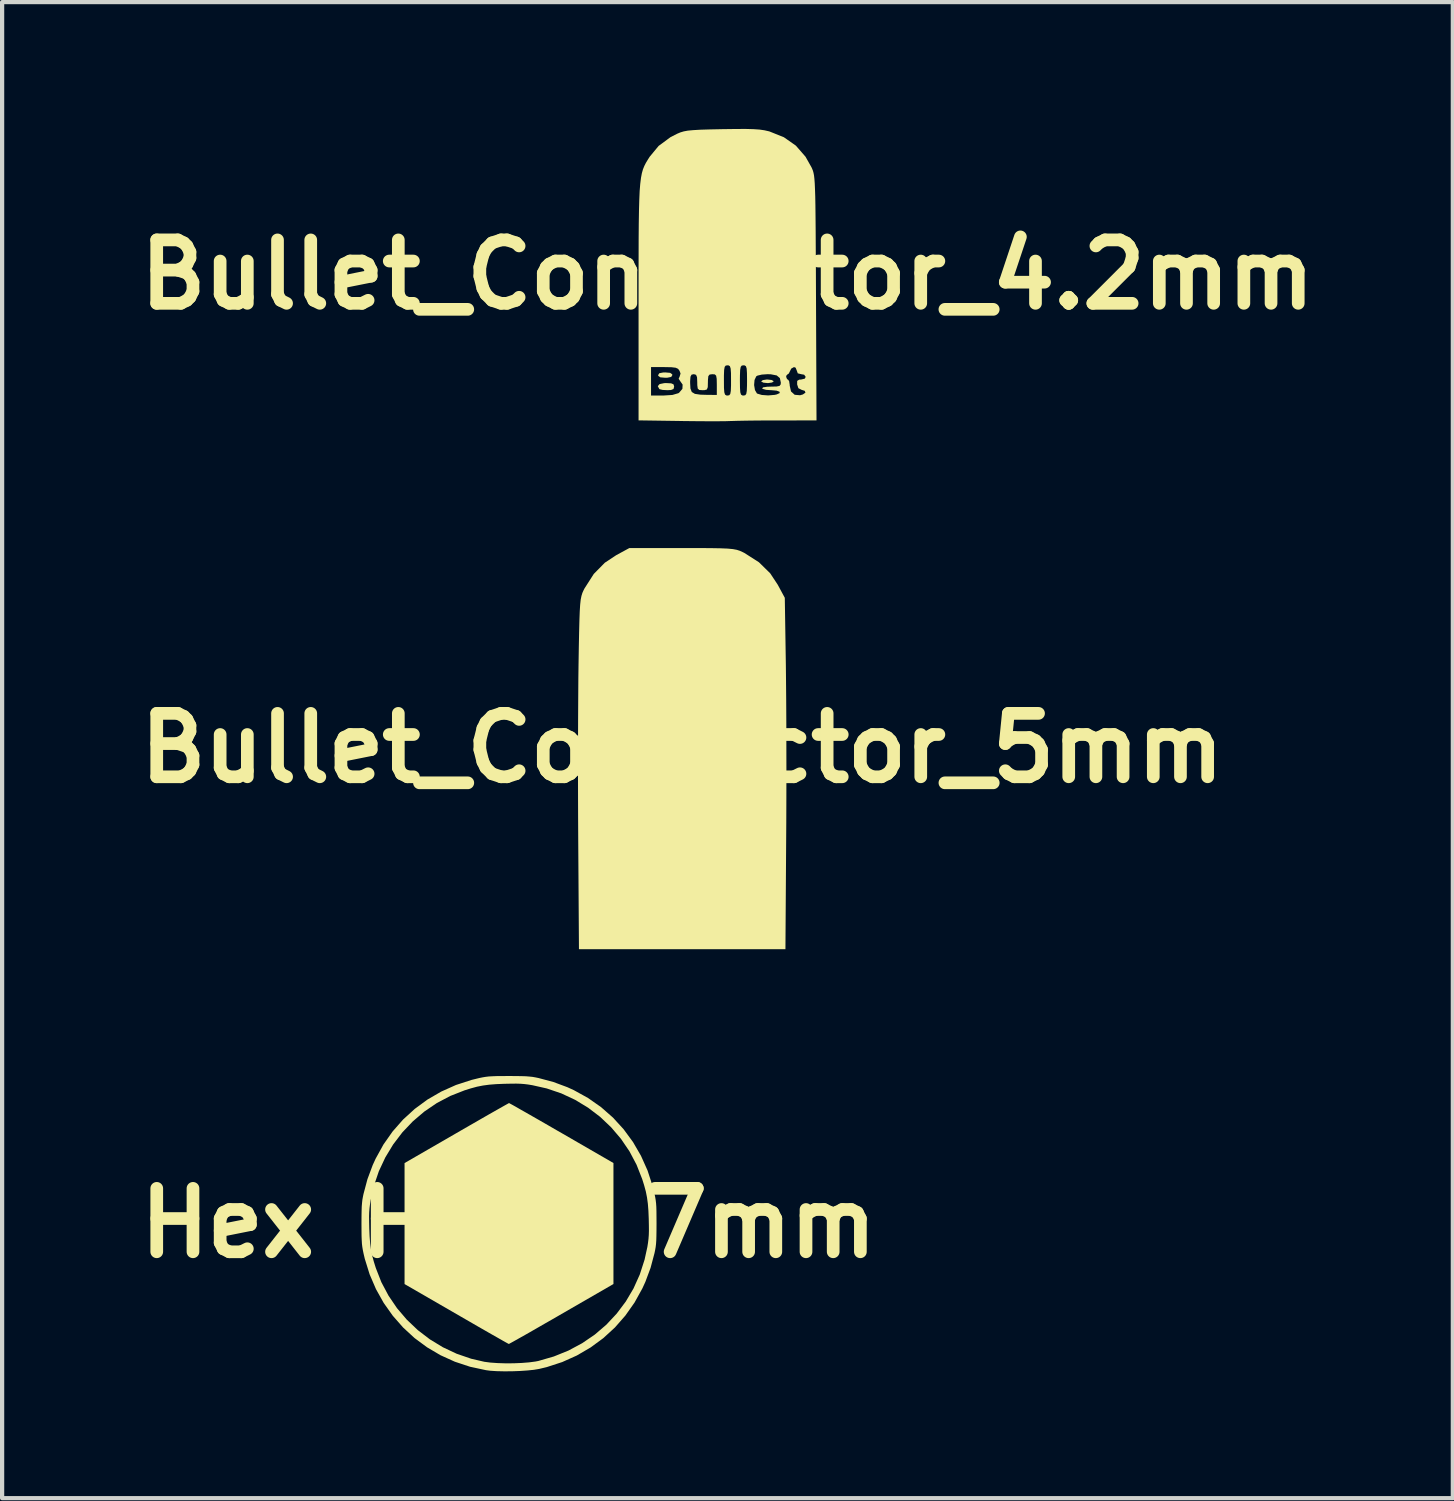
<source format=kicad_pcb>
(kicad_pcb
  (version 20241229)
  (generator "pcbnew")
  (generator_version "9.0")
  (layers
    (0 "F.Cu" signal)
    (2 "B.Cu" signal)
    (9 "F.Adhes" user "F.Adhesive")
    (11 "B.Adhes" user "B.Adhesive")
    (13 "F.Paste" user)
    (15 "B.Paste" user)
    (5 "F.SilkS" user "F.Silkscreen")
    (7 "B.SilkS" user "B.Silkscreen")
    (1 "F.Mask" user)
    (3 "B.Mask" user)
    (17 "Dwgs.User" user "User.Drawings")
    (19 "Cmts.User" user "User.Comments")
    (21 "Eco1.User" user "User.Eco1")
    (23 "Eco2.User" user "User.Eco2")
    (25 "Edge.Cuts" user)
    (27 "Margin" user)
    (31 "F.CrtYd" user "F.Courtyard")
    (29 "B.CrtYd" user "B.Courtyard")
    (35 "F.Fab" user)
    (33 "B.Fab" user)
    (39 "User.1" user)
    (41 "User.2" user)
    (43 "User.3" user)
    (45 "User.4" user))
  (footprint "Hex Head 7mm"
    (layer "F.Cu")
    (at 8.979 25.88)
    (property "Reference" "Hex Head 7mm" (at 0 0 0) (layer "F.SilkS") (effects (font (size 1.5 1.5) (thickness 0.3))))
    (attr board_only exclude_from_pos_files exclude_from_bom)
    (fp_poly (pts (xy 0.032 -2.828) (xy 0.086 -2.799) (xy 0.17 -2.752) (xy 0.281 -2.688) (xy 0.417 -2.611) (xy 0.574 -2.521) (xy 0.749 -2.421) (xy 0.94 -2.311) (xy 1.142 -2.194) (xy 1.254 -2.13) (xy 2.481 -1.421) (xy 2.481 0.01) (xy 2.481 1.441) (xy 1.253 2.15) (xy 1.044 2.271) (xy 0.846 2.384) (xy 0.662 2.49) (xy 0.495 2.586) (xy 0.347 2.67) (xy 0.222 2.74) (xy 0.123 2.796) (xy 0.052 2.835) (xy 0.013 2.856) (xy 0.007 2.859) (xy -0.014 2.849) (xy -0.068 2.819) (xy -0.152 2.772) (xy -0.264 2.708) (xy -0.4 2.631) (xy -0.557 2.541) (xy -0.733 2.44) (xy -0.923 2.33) (xy -1.126 2.213) (xy -1.235 2.15) (xy -2.46 1.442) (xy -2.46 0.011) (xy -2.46 -1.42) (xy -1.232 -2.129) (xy -1.023 -2.25) (xy -0.826 -2.363) (xy -0.642 -2.469) (xy -0.475 -2.565) (xy -0.327 -2.649) (xy -0.202 -2.72) (xy -0.103 -2.776) (xy -0.033 -2.815) (xy 0.005 -2.836) (xy 0.012 -2.839)) (stroke (width 0) (type solid)) (fill yes) (layer "F.SilkS"))
    (fp_poly (pts (xy 0.011 -3.479) (xy 0.175 -3.478) (xy 0.305 -3.476) (xy 0.409 -3.473) (xy 0.494 -3.466) (xy 0.57 -3.458) (xy 0.643 -3.445) (xy 0.71 -3.431) (xy 1.059 -3.338) (xy 1.392 -3.214) (xy 1.545 -3.144) (xy 1.88 -2.959) (xy 2.189 -2.742) (xy 2.47 -2.495) (xy 2.722 -2.219) (xy 2.943 -1.918) (xy 3.132 -1.592) (xy 3.288 -1.243) (xy 3.408 -0.874) (xy 3.452 -0.694) (xy 3.468 -0.616) (xy 3.48 -0.544) (xy 3.489 -0.47) (xy 3.495 -0.385) (xy 3.498 -0.283) (xy 3.499 -0.155) (xy 3.5 0.008) (xy 3.5 0.011) (xy 3.499 0.175) (xy 3.497 0.305) (xy 3.494 0.409) (xy 3.488 0.494) (xy 3.479 0.57) (xy 3.466 0.643) (xy 3.452 0.71) (xy 3.359 1.059) (xy 3.235 1.392) (xy 3.165 1.545) (xy 2.98 1.879) (xy 2.763 2.187) (xy 2.516 2.469) (xy 2.241 2.721) (xy 1.94 2.942) (xy 1.615 3.132) (xy 1.269 3.287) (xy 0.904 3.406) (xy 0.725 3.449) (xy 0.6 3.47) (xy 0.444 3.486) (xy 0.267 3.498) (xy 0.08 3.505) (xy -0.107 3.506) (xy -0.282 3.502) (xy -0.435 3.492) (xy -0.533 3.479) (xy -0.91 3.398) (xy -1.27 3.279) (xy -1.61 3.125) (xy -1.929 2.937) (xy -2.225 2.718) (xy -2.495 2.469) (xy -2.738 2.192) (xy -2.953 1.889) (xy -3.136 1.562) (xy -3.286 1.213) (xy -3.401 0.843) (xy -3.431 0.715) (xy -3.447 0.637) (xy -3.459 0.565) (xy -3.468 0.491) (xy -3.473 0.406) (xy -3.477 0.304) (xy -3.478 0.176) (xy -3.479 0.013) (xy -3.479 0.011) (xy -3.478 -0.154) (xy -3.478 -0.162) (xy -3.299 -0.162) (xy -3.298 -0.042) (xy -3.295 0.109) (xy -3.295 0.116) (xy -3.287 0.312) (xy -3.274 0.478) (xy -3.254 0.626) (xy -3.226 0.768) (xy -3.186 0.915) (xy -3.14 1.062) (xy -3.008 1.399) (xy -2.839 1.717) (xy -2.638 2.013) (xy -2.406 2.285) (xy -2.146 2.532) (xy -1.862 2.749) (xy -1.555 2.936) (xy -1.228 3.09) (xy -0.885 3.208) (xy -0.575 3.28) (xy -0.432 3.299) (xy -0.261 3.311) (xy -0.073 3.317) (xy 0.121 3.316) (xy 0.312 3.308) (xy 0.487 3.294) (xy 0.638 3.274) (xy 0.704 3.261) (xy 1.071 3.155) (xy 1.417 3.015) (xy 1.741 2.841) (xy 2.04 2.637) (xy 2.313 2.403) (xy 2.557 2.142) (xy 2.772 1.856) (xy 2.955 1.547) (xy 3.104 1.216) (xy 3.217 0.866) (xy 3.283 0.565) (xy 3.299 0.463) (xy 3.31 0.372) (xy 3.317 0.282) (xy 3.32 0.183) (xy 3.319 0.063) (xy 3.316 -0.088) (xy 3.316 -0.095) (xy 3.308 -0.291) (xy 3.295 -0.457) (xy 3.275 -0.605) (xy 3.247 -0.747) (xy 3.207 -0.894) (xy 3.161 -1.041) (xy 3.028 -1.379) (xy 2.86 -1.697) (xy 2.658 -1.994) (xy 2.426 -2.266) (xy 2.167 -2.512) (xy 1.882 -2.729) (xy 1.575 -2.915) (xy 1.248 -3.068) (xy 0.903 -3.185) (xy 0.565 -3.261) (xy 0.463 -3.278) (xy 0.372 -3.289) (xy 0.282 -3.296) (xy 0.183 -3.299) (xy 0.063 -3.298) (xy -0.088 -3.295) (xy -0.095 -3.295) (xy -0.291 -3.287) (xy -0.457 -3.274) (xy -0.605 -3.254) (xy -0.747 -3.226) (xy -0.894 -3.186) (xy -1.041 -3.14) (xy -1.379 -3.007) (xy -1.697 -2.839) (xy -1.994 -2.637) (xy -2.266 -2.405) (xy -2.512 -2.146) (xy -2.729 -1.861) (xy -2.915 -1.554) (xy -3.068 -1.227) (xy -3.185 -0.882) (xy -3.261 -0.544) (xy -3.278 -0.442) (xy -3.289 -0.351) (xy -3.296 -0.261) (xy -3.299 -0.162) (xy -3.478 -0.162) (xy -3.476 -0.284) (xy -3.473 -0.388) (xy -3.466 -0.473) (xy -3.458 -0.549) (xy -3.445 -0.622) (xy -3.431 -0.689) (xy -3.338 -1.038) (xy -3.214 -1.371) (xy -3.144 -1.524) (xy -2.959 -1.859) (xy -2.742 -2.168) (xy -2.495 -2.449) (xy -2.219 -2.701) (xy -1.918 -2.922) (xy -1.592 -3.111) (xy -1.243 -3.267) (xy -0.874 -3.387) (xy -0.694 -3.431) (xy -0.616 -3.447) (xy -0.544 -3.459) (xy -0.47 -3.468) (xy -0.385 -3.473) (xy -0.283 -3.477) (xy -0.155 -3.478) (xy 0.008 -3.479)) (stroke (width 0) (type solid)) (fill yes) (layer "F.SilkS")))
  (footprint "Bullet_Connector_4.2mm"
    (layer "F.Cu")
    (at 14.157 3.446)
    (property "Reference" "Bullet_Connector_4.2mm" (at 0 0 0) (layer "F.SilkS") (effects (font (size 1.5 1.5) (thickness 0.3))))
    (attr board_only exclude_from_pos_files exclude_from_bom)
    (fp_poly (pts (xy -1.355 2.323) (xy -1.307 2.358) (xy -1.304 2.376) (xy -1.331 2.42) (xy -1.423 2.438) (xy -1.472 2.439) (xy -1.589 2.429) (xy -1.637 2.394) (xy -1.64 2.376) (xy -1.612 2.332) (xy -1.52 2.314) (xy -1.472 2.313)) (stroke (width 0) (type solid)) (fill yes) (layer "F.SilkS"))
    (fp_poly (pts (xy 1.043 2.492) (xy 1.092 2.518) (xy 1.093 2.523) (xy 1.056 2.551) (xy 0.966 2.565) (xy 0.946 2.565) (xy 0.849 2.555) (xy 0.8 2.529) (xy 0.799 2.523) (xy 0.836 2.495) (xy 0.927 2.481) (xy 0.946 2.481)) (stroke (width 0) (type solid)) (fill yes) (layer "F.SilkS"))
    (fp_poly (pts (xy -1.333 2.571) (xy -1.277 2.594) (xy -1.262 2.643) (xy -1.262 2.649) (xy -1.276 2.705) (xy -1.336 2.729) (xy -1.423 2.733) (xy -1.534 2.727) (xy -1.605 2.71) (xy -1.612 2.705) (xy -1.648 2.638) (xy -1.606 2.589) (xy -1.494 2.566) (xy -1.451 2.565)) (stroke (width 0) (type solid)) (fill yes) (layer "F.SilkS"))
    (fp_poly (pts (xy 0.617 -3.441) (xy 0.761 -3.431) (xy 0.876 -3.414) (xy 0.977 -3.391) (xy 0.995 -3.386) (xy 1.334 -3.25) (xy 1.618 -3.051) (xy 1.846 -2.789) (xy 1.988 -2.537) (xy 2.006 -2.496) (xy 2.022 -2.456) (xy 2.035 -2.408) (xy 2.047 -2.347) (xy 2.056 -2.267) (xy 2.064 -2.162) (xy 2.07 -2.025) (xy 2.076 -1.85) (xy 2.08 -1.63) (xy 2.083 -1.36) (xy 2.086 -1.033) (xy 2.088 -0.643) (xy 2.091 -0.184) (xy 2.093 0.351) (xy 2.094 0.557) (xy 2.106 3.448) (xy 1.232 3.449) (xy 0.948 3.449) (xy 0.675 3.451) (xy 0.429 3.454) (xy 0.23 3.458) (xy 0.094 3.462) (xy 0.084 3.462) (xy -0.039 3.466) (xy -0.23 3.468) (xy -0.471 3.468) (xy -0.746 3.466) (xy -1.039 3.463) (xy -1.146 3.461) (xy -2.103 3.447) (xy -2.103 2.523) (xy -1.808 2.523) (xy -1.808 2.86) (xy -1.523 2.86) (xy -1.303 2.846) (xy -1.163 2.805) (xy -1.145 2.794) (xy -1.066 2.702) (xy -1.061 2.6) (xy -1.087 2.563) (xy -0.883 2.563) (xy -0.876 2.694) (xy -0.844 2.776) (xy -0.771 2.82) (xy -0.642 2.839) (xy -0.507 2.843) (xy -0.252 2.846) (xy -0.252 2.601) (xy -0.254 2.502) (xy -0.084 2.502) (xy -0.083 2.676) (xy -0.075 2.782) (xy -0.058 2.837) (xy -0.028 2.857) (xy 0 2.86) (xy 0.041 2.853) (xy 0.066 2.822) (xy 0.079 2.75) (xy 0.084 2.622) (xy 0.084 2.502) (xy 0.294 2.502) (xy 0.296 2.676) (xy 0.303 2.782) (xy 0.32 2.837) (xy 0.35 2.857) (xy 0.378 2.86) (xy 0.419 2.853) (xy 0.444 2.822) (xy 0.457 2.75) (xy 0.462 2.622) (xy 0.462 2.612) (xy 0.63 2.612) (xy 0.65 2.73) (xy 0.696 2.809) (xy 0.704 2.814) (xy 0.812 2.846) (xy 0.962 2.857) (xy 1.117 2.844) (xy 1.166 2.833) (xy 1.236 2.801) (xy 1.231 2.769) (xy 1.162 2.744) (xy 1.039 2.733) (xy 1.03 2.733) (xy 0.912 2.725) (xy 0.833 2.702) (xy 0.82 2.691) (xy 0.842 2.666) (xy 0.937 2.652) (xy 1.028 2.649) (xy 1.161 2.646) (xy 1.231 2.632) (xy 1.258 2.597) (xy 1.262 2.553) (xy 1.239 2.447) (xy 1.205 2.418) (xy 1.388 2.418) (xy 1.41 2.474) (xy 1.43 2.481) (xy 1.458 2.518) (xy 1.472 2.609) (xy 1.472 2.626) (xy 1.503 2.763) (xy 1.59 2.842) (xy 1.717 2.853) (xy 1.784 2.834) (xy 1.845 2.791) (xy 1.827 2.748) (xy 1.756 2.726) (xy 1.677 2.686) (xy 1.648 2.597) (xy 1.649 2.513) (xy 1.696 2.484) (xy 1.742 2.481) (xy 1.829 2.46) (xy 1.85 2.418) (xy 1.814 2.367) (xy 1.745 2.355) (xy 1.663 2.335) (xy 1.64 2.271) (xy 1.612 2.201) (xy 1.573 2.187) (xy 1.509 2.222) (xy 1.484 2.271) (xy 1.451 2.339) (xy 1.425 2.355) (xy 1.392 2.389) (xy 1.388 2.418) (xy 1.205 2.418) (xy 1.164 2.384) (xy 1.024 2.357) (xy 0.946 2.355) (xy 0.813 2.364) (xy 0.711 2.388) (xy 0.681 2.405) (xy 0.64 2.492) (xy 0.63 2.612) (xy 0.462 2.612) (xy 0.463 2.502) (xy 0.461 2.328) (xy 0.454 2.222) (xy 0.437 2.167) (xy 0.407 2.147) (xy 0.378 2.145) (xy 0.338 2.151) (xy 0.313 2.182) (xy 0.3 2.254) (xy 0.295 2.383) (xy 0.294 2.502) (xy 0.084 2.502) (xy 0.083 2.328) (xy 0.075 2.222) (xy 0.058 2.167) (xy 0.028 2.147) (xy 0 2.145) (xy -0.041 2.151) (xy -0.066 2.182) (xy -0.079 2.254) (xy -0.084 2.383) (xy -0.084 2.502) (xy -0.254 2.502) (xy -0.255 2.463) (xy -0.268 2.39) (xy -0.299 2.36) (xy -0.357 2.355) (xy -0.422 2.363) (xy -0.453 2.401) (xy -0.462 2.493) (xy -0.463 2.544) (xy -0.466 2.661) (xy -0.487 2.716) (xy -0.541 2.732) (xy -0.589 2.733) (xy -0.666 2.728) (xy -0.703 2.696) (xy -0.714 2.616) (xy -0.715 2.544) (xy -0.72 2.426) (xy -0.743 2.37) (xy -0.793 2.355) (xy -0.799 2.355) (xy -0.85 2.366) (xy -0.875 2.414) (xy -0.883 2.518) (xy -0.883 2.563) (xy -1.087 2.563) (xy -1.115 2.523) (xy -1.155 2.462) (xy -1.133 2.415) (xy -1.11 2.34) (xy -1.134 2.274) (xy -1.168 2.228) (xy -1.225 2.202) (xy -1.324 2.19) (xy -1.486 2.187) (xy -1.494 2.187) (xy -1.808 2.187) (xy -1.808 2.523) (xy -2.103 2.523) (xy -2.103 0.659) (xy -2.103 0.081) (xy -2.102 -0.418) (xy -2.101 -0.847) (xy -2.098 -1.211) (xy -2.093 -1.517) (xy -2.086 -1.77) (xy -2.077 -1.979) (xy -2.063 -2.149) (xy -2.046 -2.287) (xy -2.025 -2.398) (xy -1.999 -2.491) (xy -1.967 -2.57) (xy -1.93 -2.643) (xy -1.886 -2.716) (xy -1.842 -2.786) (xy -1.629 -3.044) (xy -1.349 -3.251) (xy -1.191 -3.332) (xy -1.115 -3.364) (xy -1.035 -3.388) (xy -0.939 -3.406) (xy -0.811 -3.418) (xy -0.64 -3.428) (xy -0.412 -3.435) (xy -0.12 -3.441) (xy 0.191 -3.445) (xy 0.432 -3.446)) (stroke (width 0) (type solid)) (fill yes) (layer "F.SilkS")))
  (footprint "Bullet_Connector_5mm"
    (layer "F.Cu")
    (at 13.086 14.645)
    (property "Reference" "Bullet_Connector_5mm" (at 0 0 0) (layer "F.SilkS") (effects (font (size 1.5 1.5) (thickness 0.3))))
    (attr board_only exclude_from_pos_files exclude_from_bom)
    (fp_poly (pts (xy 0.383 -4.732) (xy 0.681 -4.73) (xy 0.908 -4.726) (xy 1.077 -4.719) (xy 1.2 -4.707) (xy 1.292 -4.69) (xy 1.365 -4.666) (xy 1.433 -4.635) (xy 1.471 -4.616) (xy 1.815 -4.396) (xy 2.081 -4.135) (xy 2.259 -3.866) (xy 2.427 -3.555) (xy 2.452 -1.961) (xy 2.456 -1.578) (xy 2.46 -1.115) (xy 2.463 -0.591) (xy 2.464 -0.024) (xy 2.465 0.567) (xy 2.464 1.164) (xy 2.462 1.749) (xy 2.459 2.194) (xy 2.442 4.756) (xy 0 4.756) (xy -2.442 4.756) (xy -2.459 2.194) (xy -2.462 1.632) (xy -2.464 1.043) (xy -2.465 0.446) (xy -2.464 -0.142) (xy -2.462 -0.702) (xy -2.459 -1.215) (xy -2.456 -1.663) (xy -2.452 -1.961) (xy -2.445 -2.399) (xy -2.438 -2.751) (xy -2.431 -3.026) (xy -2.423 -3.238) (xy -2.413 -3.397) (xy -2.4 -3.515) (xy -2.382 -3.603) (xy -2.36 -3.673) (xy -2.332 -3.735) (xy -2.311 -3.776) (xy -2.091 -4.12) (xy -1.83 -4.385) (xy -1.561 -4.563) (xy -1.25 -4.732) (xy 0 -4.732)) (stroke (width 0) (type solid)) (fill yes) (layer "F.SilkS")))
  (gr_rect
    (start -3 -3)
    (end 31.314 32.386)
    (stroke (width 0.1) (type default))
    (fill no)
    (layer "Edge.Cuts")))
</source>
